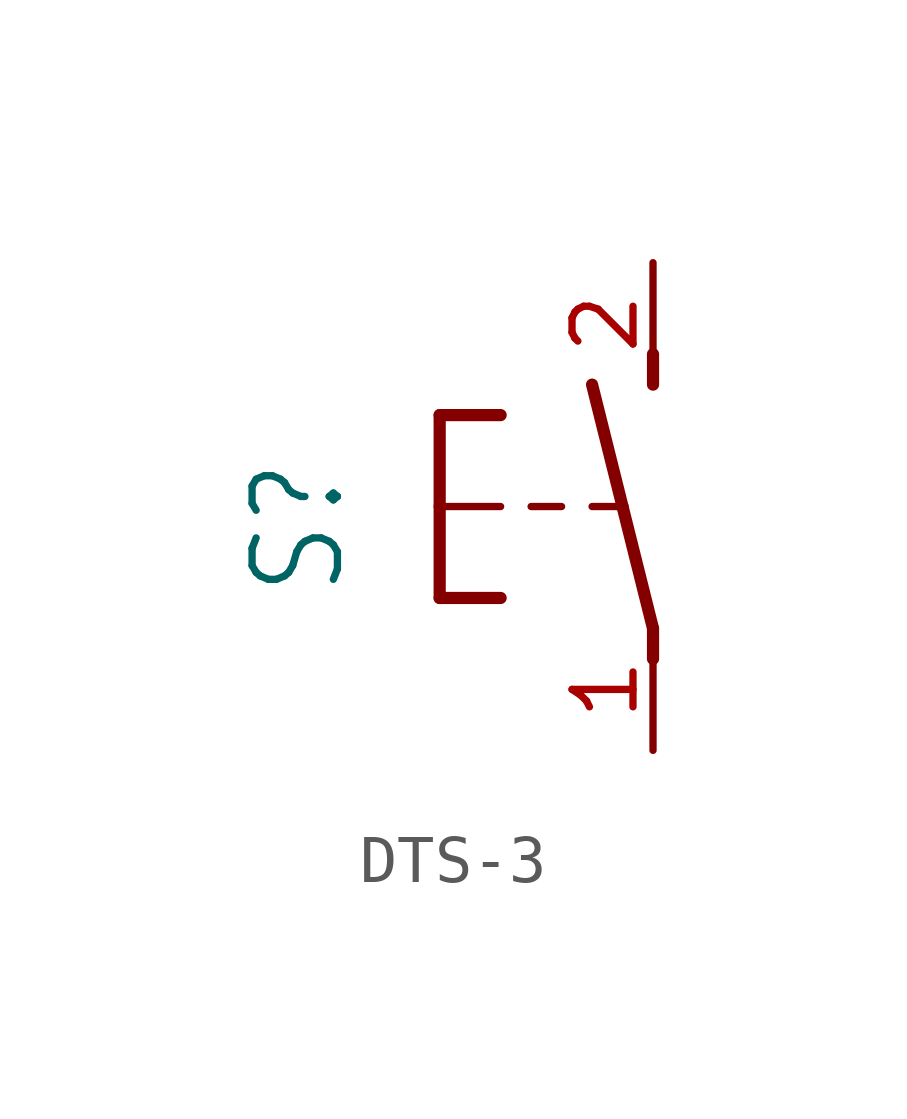
<source format=kicad_sym>
(kicad_symbol_lib
  (version 20220914)
  (generator kicad_symbol_editor)
  (symbol "DTS-3"
    (property "Reference" "S"
      (at -6.35 -1.905 90)
      (effects (font (size 1.778 1.511)) (justify left bottom)))
    (property "Value" ""
      (at -3.81 3.175 90)
      (effects (font (size 1.778 1.511)) (justify left bottom)))
    (property "ki_locked" ""
      (at 0 0 0)
      (effects (font (size 1.27 1.27))))
    (symbol "DTS-3_1_0"
      (polyline (pts (xy -4.445 -1.905) (xy -3.175 -1.905)) (stroke (width 0.254) (type solid)) (fill (type none)))
      (polyline (pts (xy -4.445 0) (xy -4.445 -1.905)) (stroke (width 0.254) (type solid)) (fill (type none)))
      (polyline (pts (xy -4.445 0) (xy -3.175 0)) (stroke (width 0.152) (type solid)) (fill (type none)))
      (polyline (pts (xy -4.445 1.905) (xy -4.445 0)) (stroke (width 0.254) (type solid)) (fill (type none)))
      (polyline (pts (xy -4.445 1.905) (xy -3.175 1.905)) (stroke (width 0.254) (type solid)) (fill (type none)))
      (polyline (pts (xy -2.54 0) (xy -1.905 0)) (stroke (width 0.152) (type solid)) (fill (type none)))
      (polyline (pts (xy -1.27 0) (xy -0.635 0)) (stroke (width 0.152) (type solid)) (fill (type none)))
      (polyline (pts (xy -0.635 0) (xy -1.27 2.54)) (stroke (width 0.254) (type solid)) (fill (type none)))
      (polyline (pts (xy 0 -3.175) (xy 0 -2.54)) (stroke (width 0.254) (type solid)) (fill (type none)))
      (polyline (pts (xy 0 -2.54) (xy -0.635 0)) (stroke (width 0.254) (type solid)) (fill (type none)))
      (polyline (pts (xy 0 2.54) (xy 0 3.175)) (stroke (width 0.254) (type solid)) (fill (type none)))
      (pin passive line (at 0 -5.08 90) (length 2.54) (name "1" (effects (font (size 0 0)))) (number "1" (effects (font (size 1.27 1.27)))))
      (pin passive line (at 0 5.08 270) (length 2.54) (name "2" (effects (font (size 0 0)))) (number "2" (effects (font (size 1.27 1.27))))))))
</source>
